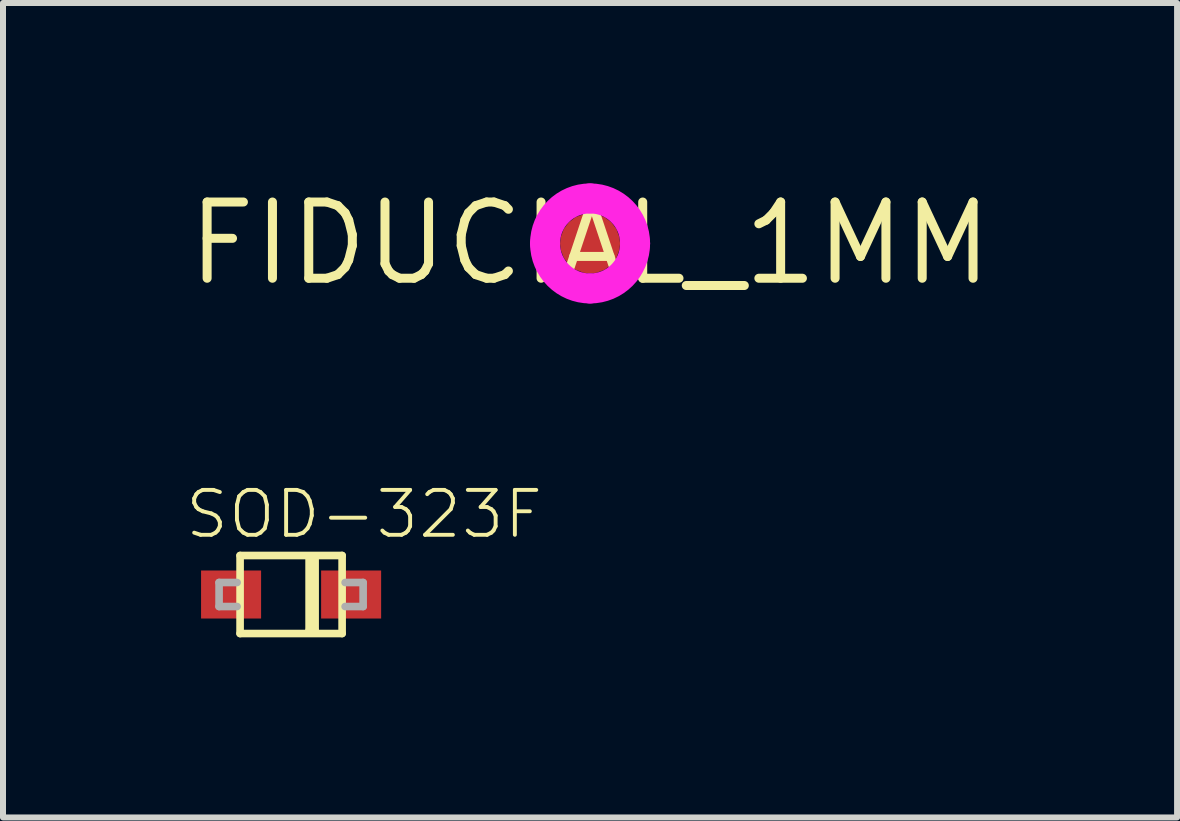
<source format=kicad_pcb>
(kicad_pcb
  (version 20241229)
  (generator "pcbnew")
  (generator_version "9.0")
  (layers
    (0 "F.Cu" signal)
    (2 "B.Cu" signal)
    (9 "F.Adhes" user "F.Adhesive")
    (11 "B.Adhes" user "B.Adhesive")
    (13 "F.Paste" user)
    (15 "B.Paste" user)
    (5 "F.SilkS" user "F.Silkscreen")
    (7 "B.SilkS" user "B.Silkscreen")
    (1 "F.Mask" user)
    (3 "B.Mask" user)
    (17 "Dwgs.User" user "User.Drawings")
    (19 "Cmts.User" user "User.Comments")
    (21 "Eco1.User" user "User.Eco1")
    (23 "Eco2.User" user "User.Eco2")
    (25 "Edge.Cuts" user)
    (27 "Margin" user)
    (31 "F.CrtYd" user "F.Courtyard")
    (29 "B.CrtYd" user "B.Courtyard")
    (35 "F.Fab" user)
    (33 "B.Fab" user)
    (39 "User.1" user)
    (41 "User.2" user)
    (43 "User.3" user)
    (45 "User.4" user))
  (footprint "SOD-323F"
    (layer "F.Cu")
    (at 1.8 6.855)
    (property "Reference" "SOD-323F" (at -1.8 -0.9 0) (layer "F.SilkS") (effects (font (size 0.748 0.748) (thickness 0.065)) (justify left bottom)))
    (fp_line (start -0.85 -0.65) (end 0.85 -0.65) (stroke (width 0.127) (type solid)) (layer "F.SilkS"))
    (fp_line (start -0.85 0.65) (end -0.85 -0.65) (stroke (width 0.127) (type solid)) (layer "F.SilkS"))
    (fp_line (start 0.3 0.6) (end 0.3 -0.6) (stroke (width 0.127) (type solid)) (layer "F.SilkS"))
    (fp_line (start 0.4 -0.6) (end 0.4 0.6) (stroke (width 0.127) (type solid)) (layer "F.SilkS"))
    (fp_line (start 0.4 0.6) (end 0.3 0.6) (stroke (width 0.127) (type solid)) (layer "F.SilkS"))
    (fp_line (start 0.85 -0.65) (end 0.85 0.65) (stroke (width 0.127) (type solid)) (layer "F.SilkS"))
    (fp_line (start 0.85 0.65) (end -0.85 0.65) (stroke (width 0.127) (type solid)) (layer "F.SilkS"))
    (fp_line (start -1.2 -0.2) (end -1.2 0.2) (stroke (width 0.127) (type solid)) (layer "F.Fab"))
    (fp_line (start -1.2 0.2) (end -0.9 0.2) (stroke (width 0.127) (type solid)) (layer "F.Fab"))
    (fp_line (start -0.9 -0.2) (end -1.2 -0.2) (stroke (width 0.127) (type solid)) (layer "F.Fab"))
    (fp_line (start 0.9 -0.2) (end 1.2 -0.2) (stroke (width 0.127) (type solid)) (layer "F.Fab"))
    (fp_line (start 1.2 -0.2) (end 1.2 0.2) (stroke (width 0.127) (type solid)) (layer "F.Fab"))
    (fp_line (start 1.2 0.2) (end 0.9 0.2) (stroke (width 0.127) (type solid)) (layer "F.Fab"))
    (pad "A" smd rect (at -1 0) (size 1 0.8) (layers "F.Cu" "F.Mask" "F.Paste"))
    (pad "C" smd rect (at 1 0) (size 1 0.8) (layers "F.Cu" "F.Mask" "F.Paste")))
  (footprint "FIDUCIAL_1MM"
    (layer "F.Cu")
    (at 6.781 1.006)
    (property "Reference" "FIDUCIAL_1MM" (at 0 0 0) (layer "F.SilkS") (effects (font (size 1.27 1.27) (thickness 0.15))))
    (fp_arc (start -0.75 0) (mid -0.53033 -0.53033) (end 0 -0.75) (stroke (width 0.5) (type solid)) (layer "F.Mask"))
    (fp_arc (start 0 -0.75) (mid 0.53033 -0.53033) (end 0.75 0) (stroke (width 0.5) (type solid)) (layer "F.Mask"))
    (fp_arc (start 0 0.75) (mid -0.53033 0.53033) (end -0.75 0) (stroke (width 0.5) (type solid)) (layer "F.Mask"))
    (fp_arc (start 0.75 0) (mid 0.53033 0.53033) (end 0 0.75) (stroke (width 0.5) (type solid)) (layer "F.Mask"))
    (fp_arc (start -0.75 0) (mid -0.53033 -0.53033) (end 0 -0.75) (stroke (width 0.5) (type solid)) (layer "F.CrtYd"))
    (fp_arc (start 0 -0.75) (mid 0.53033 -0.53033) (end 0.75 0) (stroke (width 0.5) (type solid)) (layer "F.CrtYd"))
    (fp_arc (start 0 0.75) (mid -0.53033 0.53033) (end -0.75 0) (stroke (width 0.5) (type solid)) (layer "F.CrtYd"))
    (fp_arc (start 0.75 0) (mid 0.53033 0.53033) (end 0 0.75) (stroke (width 0.5) (type solid)) (layer "F.CrtYd"))
    (pad "1" smd roundrect (at 0 0) (size 1 1) (layers "F.Cu" "F.Mask") (roundrect_rratio 0.5)))
  (gr_rect
    (start -3 -3)
    (end 16.561 10.569)
    (stroke (width 0.1) (type default))
    (fill no)
    (layer "Edge.Cuts")))
</source>
